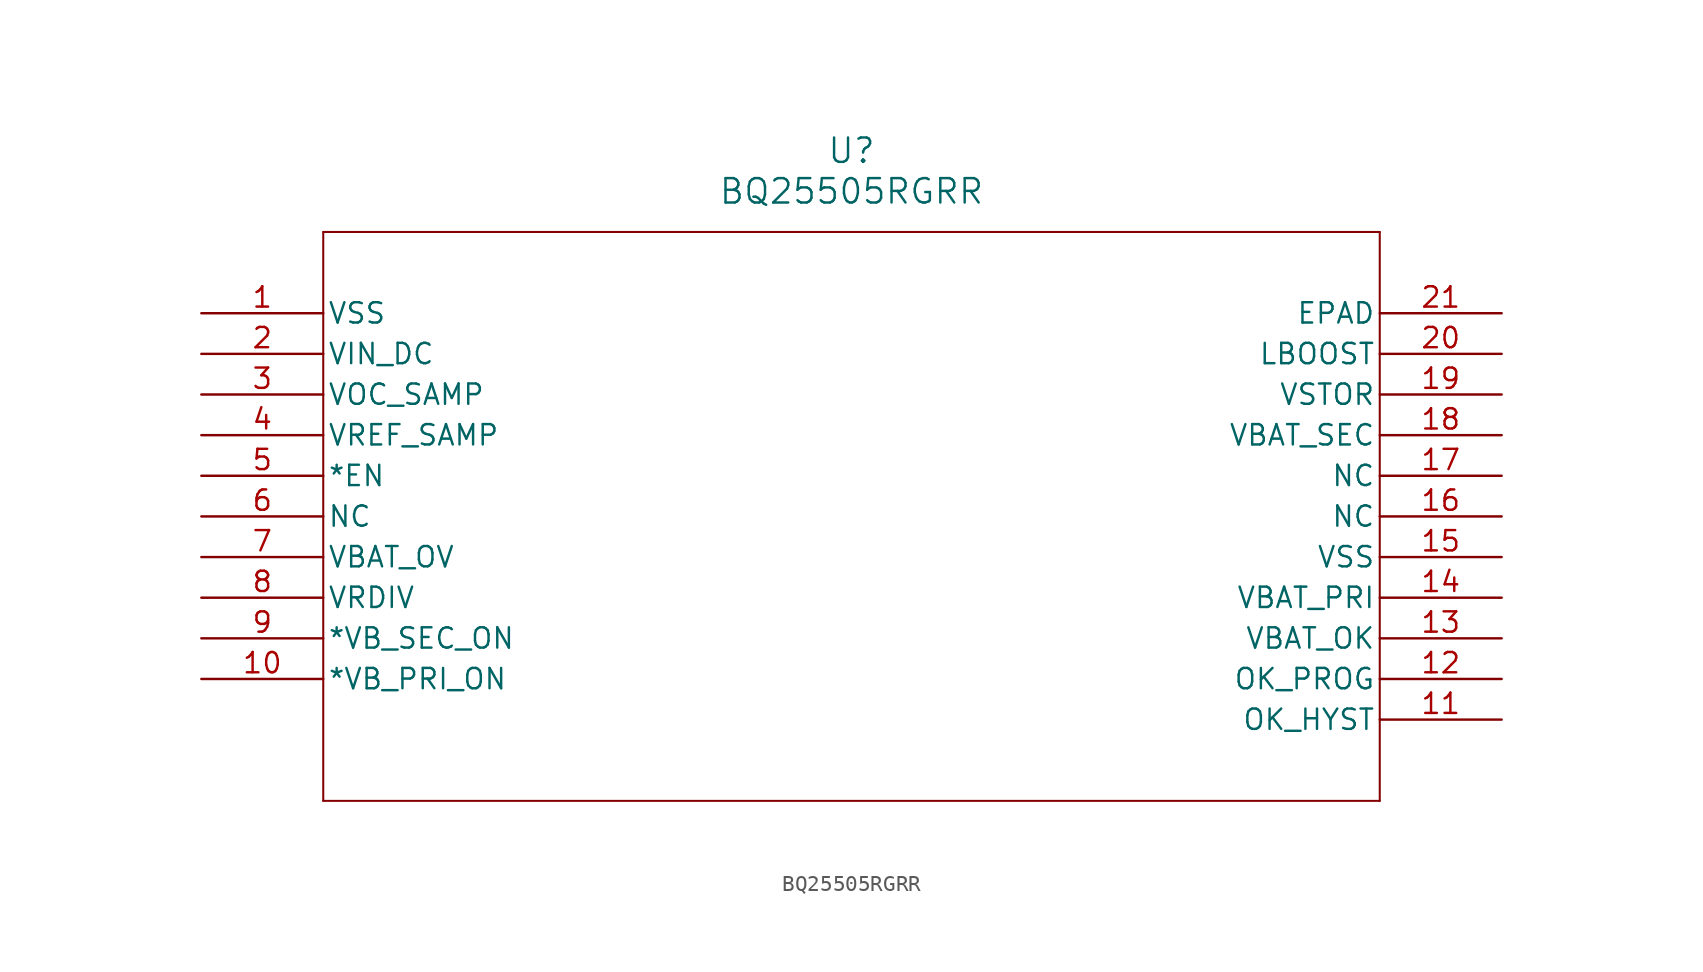
<source format=kicad_sym>
(kicad_symbol_lib
  (version 20211014)
  (generator kicad_symbol_editor)
  (symbol "BQ25505RGRR"
    (pin_names
      (offset 0.254))
    (property "Reference" "U"
      (at 40.64 10.16 0)
      (effects (font (size 1.524 1.524))))
    (property "Value" "BQ25505RGRR"
      (at 40.64 7.62 0)
      (effects (font (size 1.524 1.524))))
    (symbol "BQ25505RGRR_0_1"
      (polyline (pts (xy 7.62 5.08) (xy 7.62 -30.48)) (stroke (width 0.127) (type default) (color 0 0 0 0)) (fill (type none)))
      (polyline (pts (xy 7.62 -30.48) (xy 73.66 -30.48)) (stroke (width 0.127) (type default) (color 0 0 0 0)) (fill (type none)))
      (polyline (pts (xy 73.66 -30.48) (xy 73.66 5.08)) (stroke (width 0.127) (type default) (color 0 0 0 0)) (fill (type none)))
      (polyline (pts (xy 73.66 5.08) (xy 7.62 5.08)) (stroke (width 0.127) (type default) (color 0 0 0 0)) (fill (type none)))
      (pin input line (at 0 0 0) (length 7.62) (name "VSS" (effects (font (size 1.27 1.27)))) (number "1" (effects (font (size 1.27 1.27)))))
      (pin input line (at 0 -2.54 0) (length 7.62) (name "VIN_DC" (effects (font (size 1.27 1.27)))) (number "2" (effects (font (size 1.27 1.27)))))
      (pin input line (at 0 -5.08 0) (length 7.62) (name "VOC_SAMP" (effects (font (size 1.27 1.27)))) (number "3" (effects (font (size 1.27 1.27)))))
      (pin input line (at 0 -7.62 0) (length 7.62) (name "VREF_SAMP" (effects (font (size 1.27 1.27)))) (number "4" (effects (font (size 1.27 1.27)))))
      (pin input line (at 0 -10.16 0) (length 7.62) (name "*EN" (effects (font (size 1.27 1.27)))) (number "5" (effects (font (size 1.27 1.27)))))
      (pin input line (at 0 -12.7 0) (length 7.62) (name "NC" (effects (font (size 1.27 1.27)))) (number "6" (effects (font (size 1.27 1.27)))))
      (pin power_in line (at 0 -15.24 0) (length 7.62) (name "VBAT_OV" (effects (font (size 1.27 1.27)))) (number "7" (effects (font (size 1.27 1.27)))))
      (pin output line (at 0 -17.78 0) (length 7.62) (name "VRDIV" (effects (font (size 1.27 1.27)))) (number "8" (effects (font (size 1.27 1.27)))))
      (pin output line (at 0 -20.32 0) (length 7.62) (name "*VB_SEC_ON" (effects (font (size 1.27 1.27)))) (number "9" (effects (font (size 1.27 1.27)))))
      (pin output line (at 0 -22.86 0) (length 7.62) (name "*VB_PRI_ON" (effects (font (size 1.27 1.27)))) (number "10" (effects (font (size 1.27 1.27)))))
      (pin input line (at 81.28 -25.4 180) (length 7.62) (name "OK_HYST" (effects (font (size 1.27 1.27)))) (number "11" (effects (font (size 1.27 1.27)))))
      (pin input line (at 81.28 -22.86 180) (length 7.62) (name "OK_PROG" (effects (font (size 1.27 1.27)))) (number "12" (effects (font (size 1.27 1.27)))))
      (pin output line (at 81.28 -20.32 180) (length 7.62) (name "VBAT_OK" (effects (font (size 1.27 1.27)))) (number "13" (effects (font (size 1.27 1.27)))))
      (pin input line (at 81.28 -17.78 180) (length 7.62) (name "VBAT_PRI" (effects (font (size 1.27 1.27)))) (number "14" (effects (font (size 1.27 1.27)))))
      (pin power_in line (at 81.28 -15.24 180) (length 7.62) (name "VSS" (effects (font (size 1.27 1.27)))) (number "15" (effects (font (size 1.27 1.27)))))
      (pin input line (at 81.28 -12.7 180) (length 7.62) (name "NC" (effects (font (size 1.27 1.27)))) (number "16" (effects (font (size 1.27 1.27)))))
      (pin input line (at 81.28 -10.16 180) (length 7.62) (name "NC" (effects (font (size 1.27 1.27)))) (number "17" (effects (font (size 1.27 1.27)))))
      (pin bidirectional line (at 81.28 -7.62 180) (length 7.62) (name "VBAT_SEC" (effects (font (size 1.27 1.27)))) (number "18" (effects (font (size 1.27 1.27)))))
      (pin output line (at 81.28 -5.08 180) (length 7.62) (name "VSTOR" (effects (font (size 1.27 1.27)))) (number "19" (effects (font (size 1.27 1.27)))))
      (pin input line (at 81.28 -2.54 180) (length 7.62) (name "LBOOST" (effects (font (size 1.27 1.27)))) (number "20" (effects (font (size 1.27 1.27)))))
      (pin unspecified line (at 81.28 0 180) (length 7.62) (name "EPAD" (effects (font (size 1.27 1.27)))) (number "21" (effects (font (size 1.27 1.27))))))))
</source>
